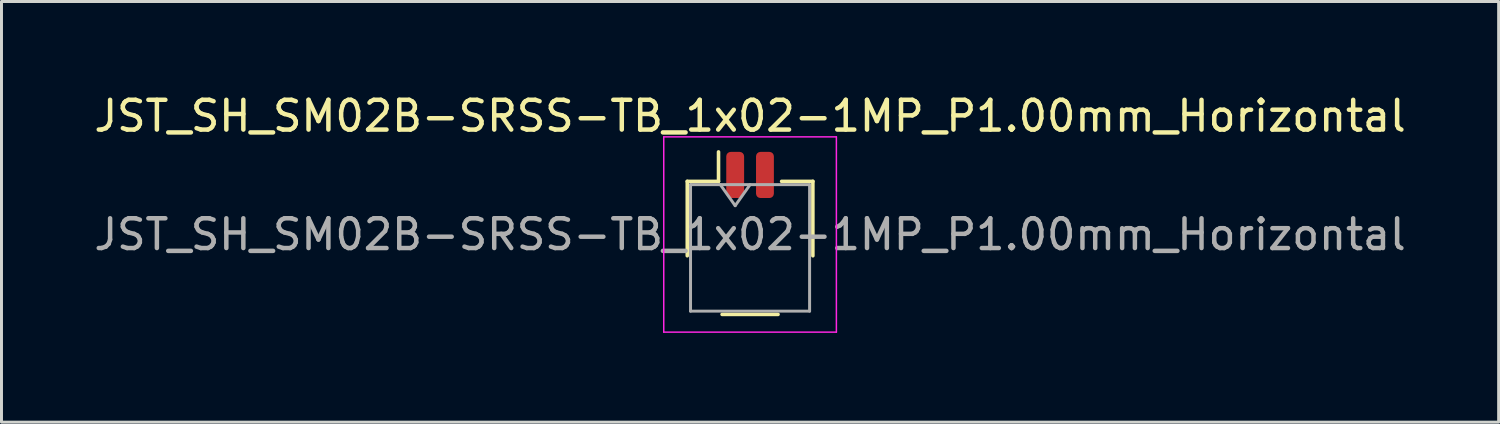
<source format=kicad_pcb>
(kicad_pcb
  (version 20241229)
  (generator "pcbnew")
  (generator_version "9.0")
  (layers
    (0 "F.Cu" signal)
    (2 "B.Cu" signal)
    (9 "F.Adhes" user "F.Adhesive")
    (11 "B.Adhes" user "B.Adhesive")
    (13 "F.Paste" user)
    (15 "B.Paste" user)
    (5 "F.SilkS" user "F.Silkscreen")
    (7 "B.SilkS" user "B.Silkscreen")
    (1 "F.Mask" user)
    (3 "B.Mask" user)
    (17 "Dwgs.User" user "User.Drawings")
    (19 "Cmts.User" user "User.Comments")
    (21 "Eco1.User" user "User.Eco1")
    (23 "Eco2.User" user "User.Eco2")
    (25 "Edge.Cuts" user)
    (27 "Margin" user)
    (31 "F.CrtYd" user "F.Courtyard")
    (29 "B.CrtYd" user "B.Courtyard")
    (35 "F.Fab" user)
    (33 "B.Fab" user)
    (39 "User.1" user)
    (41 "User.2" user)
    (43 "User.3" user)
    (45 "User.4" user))
  (footprint "JST_SH_SM02B-SRSS-TB_1x02-1MP_P1.00mm_Horizontal"
    (layer "F.Cu")
    (at 22.149 4.828)
    (property "Reference" "JST_SH_SM02B-SRSS-TB_1x02-1MP_P1.00mm_Horizontal" (at 0 -3.98 0) (layer "F.SilkS") (effects (font (size 1 1) (thickness 0.15))))
    (attr smd)
    (fp_line (start -2.11 -1.785) (end -1.06 -1.785) (stroke (width 0.12) (type solid)) (layer "F.SilkS"))
    (fp_line (start -2.11 0.715) (end -2.11 -1.785) (stroke (width 0.12) (type solid)) (layer "F.SilkS"))
    (fp_line (start -1.06 -1.785) (end -1.06 -2.775) (stroke (width 0.12) (type solid)) (layer "F.SilkS"))
    (fp_line (start -0.94 2.685) (end 0.94 2.685) (stroke (width 0.12) (type solid)) (layer "F.SilkS"))
    (fp_line (start 2.11 -1.785) (end 1.06 -1.785) (stroke (width 0.12) (type solid)) (layer "F.SilkS"))
    (fp_line (start 2.11 0.715) (end 2.11 -1.785) (stroke (width 0.12) (type solid)) (layer "F.SilkS"))
    (fp_line (start -2.9 -3.28) (end -2.9 3.28) (stroke (width 0.05) (type solid)) (layer "F.CrtYd"))
    (fp_line (start -2.9 3.28) (end 2.9 3.28) (stroke (width 0.05) (type solid)) (layer "F.CrtYd"))
    (fp_line (start 2.9 -3.28) (end -2.9 -3.28) (stroke (width 0.05) (type solid)) (layer "F.CrtYd"))
    (fp_line (start 2.9 3.28) (end 2.9 -3.28) (stroke (width 0.05) (type solid)) (layer "F.CrtYd"))
    (fp_line (start -2 -1.675) (end -2 2.575) (stroke (width 0.1) (type solid)) (layer "F.Fab"))
    (fp_line (start -2 -1.675) (end 2 -1.675) (stroke (width 0.1) (type solid)) (layer "F.Fab"))
    (fp_line (start -2 2.575) (end 2 2.575) (stroke (width 0.1) (type solid)) (layer "F.Fab"))
    (fp_line (start -1 -1.675) (end -0.5 -0.968) (stroke (width 0.1) (type solid)) (layer "F.Fab"))
    (fp_line (start -0.5 -0.968) (end 0 -1.675) (stroke (width 0.1) (type solid)) (layer "F.Fab"))
    (fp_line (start 2 -1.675) (end 2 2.575) (stroke (width 0.1) (type solid)) (layer "F.Fab"))
    (fp_text user "${REFERENCE}" (at 0 0 0) (layer "F.Fab") (effects (font (size 1 1) (thickness 0.15))))
    (pad "" smd roundrect (at -1.8 1.875) (size 1.2 1.8) (layers "F.Paste") (roundrect_rratio 0.208))
    (pad "" smd roundrect (at 1.8 1.875) (size 1.2 1.8) (layers "F.Paste") (roundrect_rratio 0.208))
    (pad "1" smd roundrect (at -0.5 -2) (size 0.6 1.55) (layers "F.Cu" "F.Mask" "F.Paste") (roundrect_rratio 0.25))
    (pad "2" smd roundrect (at 0.5 -2) (size 0.6 1.55) (layers "F.Cu" "F.Mask" "F.Paste") (roundrect_rratio 0.25)))
  (gr_rect
    (start -3 -3)
    (end 47.298 11.133)
    (stroke (width 0.1) (type default))
    (fill no)
    (layer "Edge.Cuts")))
</source>
